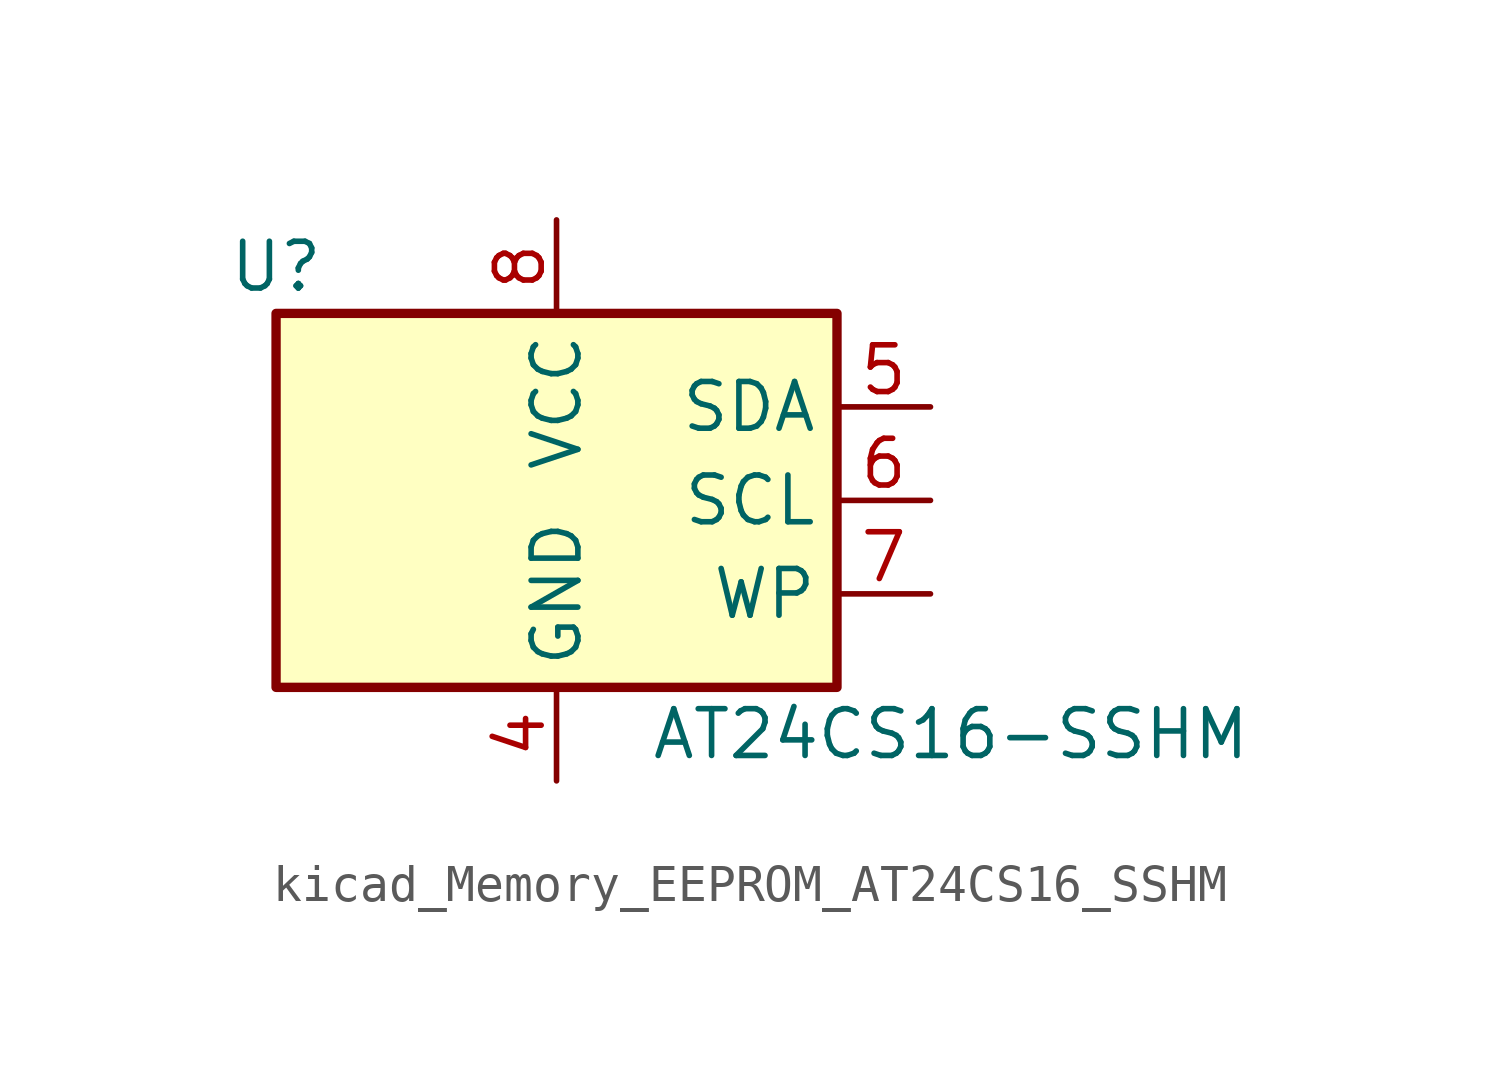
<source format=kicad_sym>
(kicad_symbol_lib
  (version 20220914)
  (generator kicad_symbol_editor)
  (symbol "kicad_Memory_EEPROM_AT24CS16_SSHM"
    (property "Reference" "U"
      (at -7.62 6.35 0)
      (effects (font (size 1.27 1.27))))
    (property "Value" "AT24CS16-SSHM"
      (at 2.54 -6.35 0)
      (effects (font (size 1.27 1.27)) (justify left)))
    (symbol "kicad_Memory_EEPROM_AT24CS16_SSHM_1_1"
      (rectangle (start -7.62 5.08) (end 7.62 -5.08) (stroke (width 0.254) (type default)) (fill (type background)))
      (pin no_connect line (at -7.62 2.54 0) (length 2.54) hide (name "NC" (effects (font (size 1.27 1.27)))) (number "1" (effects (font (size 1.27 1.27)))))
      (pin no_connect line (at -7.62 0 0) (length 2.54) hide (name "NC" (effects (font (size 1.27 1.27)))) (number "2" (effects (font (size 1.27 1.27)))))
      (pin no_connect line (at -7.62 -2.54 0) (length 2.54) hide (name "NC" (effects (font (size 1.27 1.27)))) (number "3" (effects (font (size 1.27 1.27)))))
      (pin power_in line (at 0 -7.62 90) (length 2.54) (name "GND" (effects (font (size 1.27 1.27)))) (number "4" (effects (font (size 1.27 1.27)))))
      (pin bidirectional line (at 10.16 2.54 180) (length 2.54) (name "SDA" (effects (font (size 1.27 1.27)))) (number "5" (effects (font (size 1.27 1.27)))))
      (pin input line (at 10.16 0 180) (length 2.54) (name "SCL" (effects (font (size 1.27 1.27)))) (number "6" (effects (font (size 1.27 1.27)))))
      (pin input line (at 10.16 -2.54 180) (length 2.54) (name "WP" (effects (font (size 1.27 1.27)))) (number "7" (effects (font (size 1.27 1.27)))))
      (pin power_in line (at 0 7.62 270) (length 2.54) (name "VCC" (effects (font (size 1.27 1.27)))) (number "8" (effects (font (size 1.27 1.27))))))))
</source>
